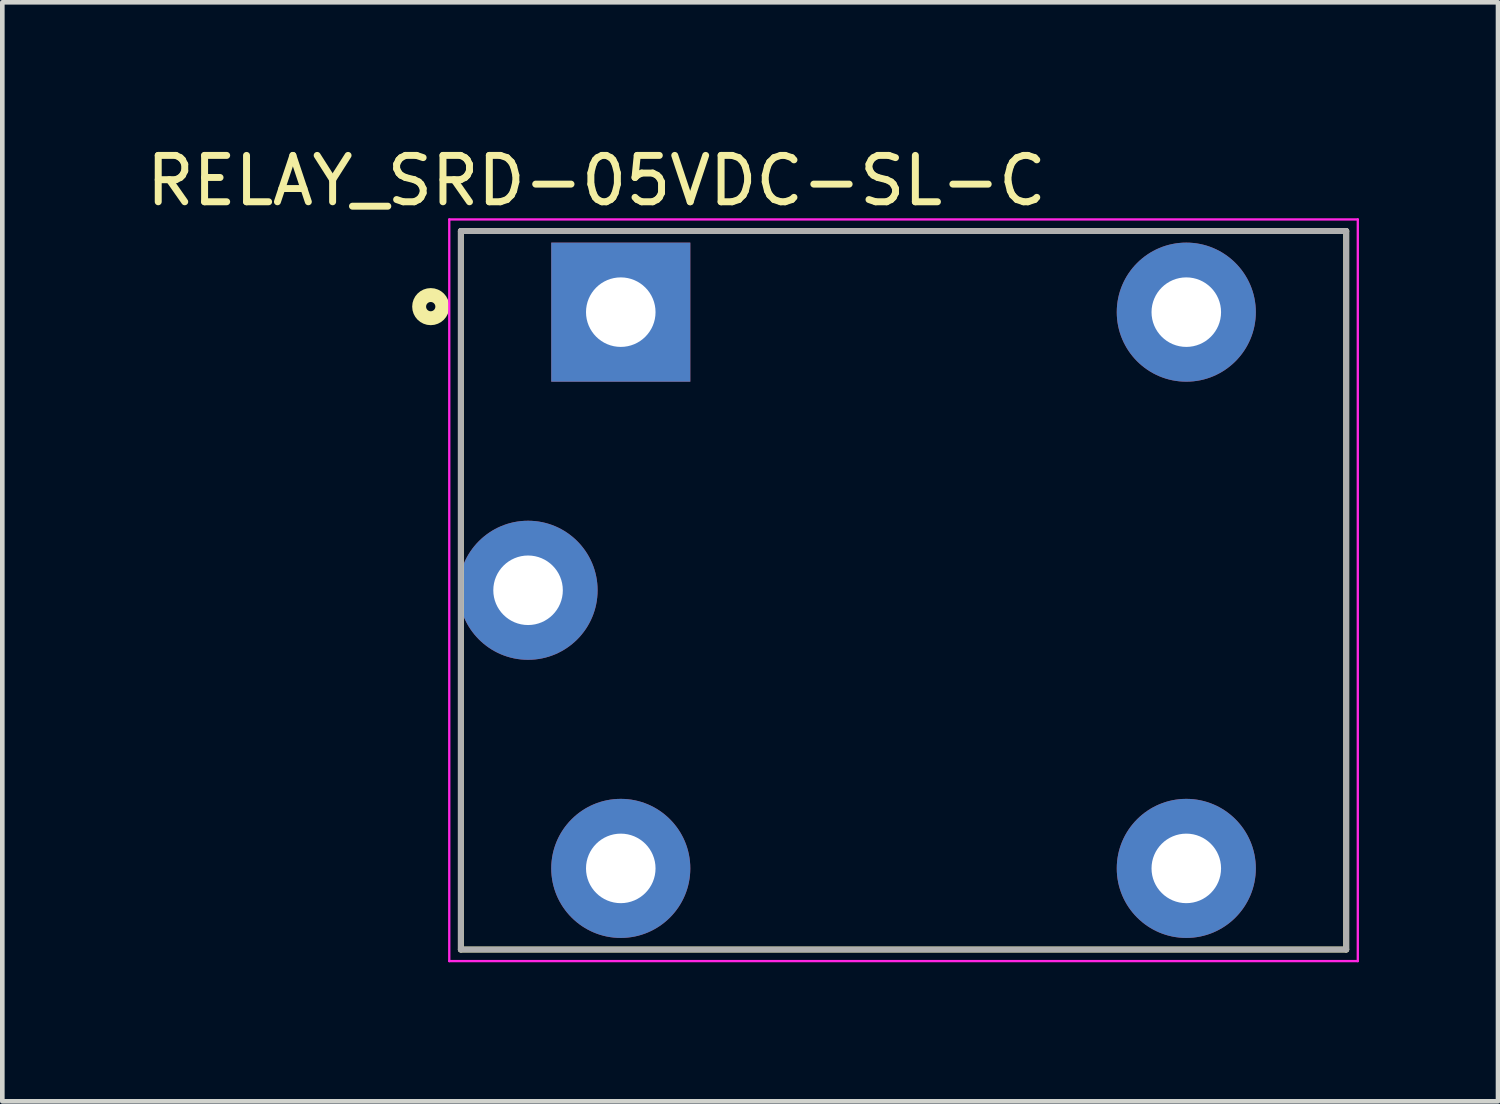
<source format=kicad_pcb>
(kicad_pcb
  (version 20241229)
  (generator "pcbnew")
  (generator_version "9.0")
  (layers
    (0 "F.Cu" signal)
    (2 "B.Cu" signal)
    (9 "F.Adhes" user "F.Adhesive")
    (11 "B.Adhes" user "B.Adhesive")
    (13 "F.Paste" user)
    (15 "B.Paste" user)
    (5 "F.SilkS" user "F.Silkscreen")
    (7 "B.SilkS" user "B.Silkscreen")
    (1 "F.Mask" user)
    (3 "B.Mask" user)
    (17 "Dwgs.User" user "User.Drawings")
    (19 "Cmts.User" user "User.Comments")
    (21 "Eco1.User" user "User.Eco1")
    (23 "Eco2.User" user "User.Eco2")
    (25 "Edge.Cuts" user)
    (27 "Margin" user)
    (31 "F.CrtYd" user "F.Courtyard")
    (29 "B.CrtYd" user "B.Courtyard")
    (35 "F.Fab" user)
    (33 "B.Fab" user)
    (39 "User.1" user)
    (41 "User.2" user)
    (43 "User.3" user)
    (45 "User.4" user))
  (footprint "RELAY_SRD-05VDC-SL-C"
    (layer "F.Cu")
    (at 16.442 9.684)
    (property "Reference" "RELAY_SRD-05VDC-SL-C" (at -6.626 -8.836 0) (layer "F.SilkS") (effects (font (size 1 1) (thickness 0.15))))
    (attr through_hole)
    (fp_line (start -9.55 -7.75) (end 9.55 -7.75) (stroke (width 0.127) (type solid)) (layer "F.SilkS"))
    (fp_line (start -9.55 7.75) (end -9.55 -7.75) (stroke (width 0.127) (type solid)) (layer "F.SilkS"))
    (fp_line (start 9.55 -7.75) (end 9.55 7.75) (stroke (width 0.127) (type solid)) (layer "F.SilkS"))
    (fp_line (start 9.55 7.75) (end -9.55 7.75) (stroke (width 0.127) (type solid)) (layer "F.SilkS"))
    (fp_circle (center -10.2 -6.119) (end -10.1 -6.119) (stroke (width 0.3) (type solid)) (fill no) (layer "F.SilkS"))
    (fp_line (start -9.8 -8) (end 9.8 -8) (stroke (width 0.05) (type solid)) (layer "F.CrtYd"))
    (fp_line (start -9.8 8) (end -9.8 -8) (stroke (width 0.05) (type solid)) (layer "F.CrtYd"))
    (fp_line (start 9.8 -8) (end 9.8 8) (stroke (width 0.05) (type solid)) (layer "F.CrtYd"))
    (fp_line (start 9.8 8) (end -9.8 8) (stroke (width 0.05) (type solid)) (layer "F.CrtYd"))
    (fp_line (start -9.55 -7.75) (end 9.55 -7.75) (stroke (width 0.127) (type solid)) (layer "F.Fab"))
    (fp_line (start -9.55 7.75) (end -9.55 -7.75) (stroke (width 0.127) (type solid)) (layer "F.Fab"))
    (fp_line (start 9.55 -7.75) (end 9.55 7.75) (stroke (width 0.127) (type solid)) (layer "F.Fab"))
    (fp_line (start 9.55 7.75) (end -9.55 7.75) (stroke (width 0.127) (type solid)) (layer "F.Fab"))
    (pad "A1" thru_hole rect (at -6.1 -6) (size 3 3) (drill 1.5) (layers "*.Cu" "*.Mask"))
    (pad "A2" thru_hole circle (at -6.1 6) (size 3 3) (drill 1.5) (layers "*.Cu" "*.Mask"))
    (pad "COM" thru_hole circle (at -8.1 0) (size 3 3) (drill 1.5) (layers "*.Cu" "*.Mask"))
    (pad "NC" thru_hole circle (at 6.1 -6) (size 3 3) (drill 1.5) (layers "*.Cu" "*.Mask"))
    (pad "NO" thru_hole circle (at 6.1 6) (size 3 3) (drill 1.5) (layers "*.Cu" "*.Mask")))
  (gr_rect
    (start -3 -3)
    (end 29.267 20.709)
    (stroke (width 0.1) (type default))
    (fill no)
    (layer "Edge.Cuts")))
</source>
